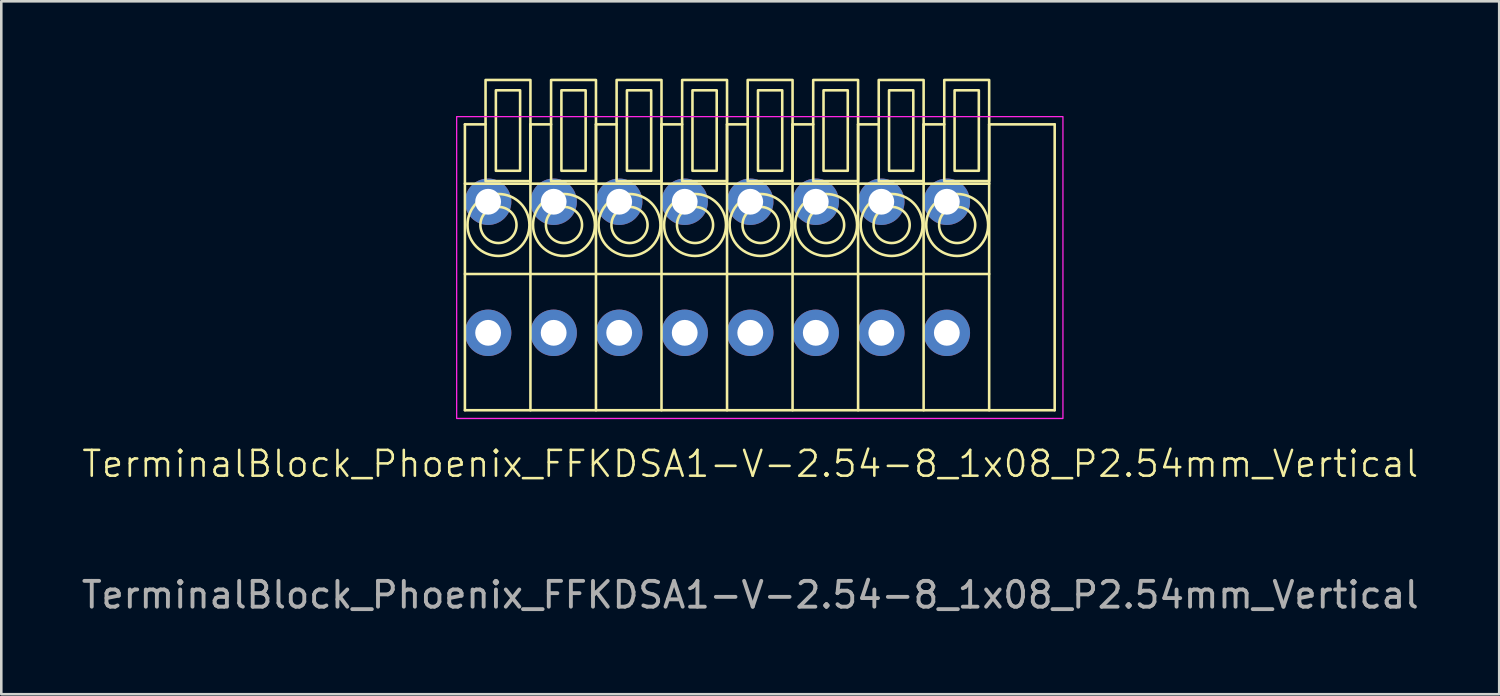
<source format=kicad_pcb>
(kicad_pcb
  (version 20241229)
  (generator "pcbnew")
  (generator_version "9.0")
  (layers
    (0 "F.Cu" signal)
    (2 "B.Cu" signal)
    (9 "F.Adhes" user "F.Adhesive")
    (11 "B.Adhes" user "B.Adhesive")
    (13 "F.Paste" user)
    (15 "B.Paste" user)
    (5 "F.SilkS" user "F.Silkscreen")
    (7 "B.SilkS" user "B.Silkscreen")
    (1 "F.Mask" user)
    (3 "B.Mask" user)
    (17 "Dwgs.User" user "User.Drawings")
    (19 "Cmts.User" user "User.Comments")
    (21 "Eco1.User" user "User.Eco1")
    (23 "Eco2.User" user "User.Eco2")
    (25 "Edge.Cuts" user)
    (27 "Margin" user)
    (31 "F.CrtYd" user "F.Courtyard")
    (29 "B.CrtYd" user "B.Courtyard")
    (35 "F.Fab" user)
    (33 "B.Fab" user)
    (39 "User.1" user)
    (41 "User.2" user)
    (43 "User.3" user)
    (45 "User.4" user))
  (footprint "TerminalBlock_Phoenix_FFKDSA1-V-2.54-8_1x08_P2.54mm_Vertical"
    (layer "F.Cu")
    (at 15.87 9.85)
    (property "Reference" "TerminalBlock_Phoenix_FFKDSA1-V-2.54-8_1x08_P2.54mm_Vertical" (at 10.16 5.08 0) (unlocked yes) (layer "F.SilkS") (effects (font (size 1 1) (thickness 0.1))))
    (attr through_hole)
    (fp_line (start -0.9 3) (end -0.9 -8.08) (stroke (width 0.1) (type default)) (layer "F.SilkS"))
    (fp_line (start -0.1 -8.08) (end -0.9 -8.08) (stroke (width 0.1) (type default)) (layer "F.SilkS"))
    (fp_line (start 1.64 3) (end 1.64 -8.08) (stroke (width 0.1) (type default)) (layer "F.SilkS"))
    (fp_line (start 2.44 -8.08) (end 1.64 -8.08) (stroke (width 0.1) (type default)) (layer "F.SilkS"))
    (fp_line (start 4.18 3) (end 4.18 -8.08) (stroke (width 0.1) (type default)) (layer "F.SilkS"))
    (fp_line (start 4.98 -8.08) (end 4.18 -8.08) (stroke (width 0.1) (type default)) (layer "F.SilkS"))
    (fp_line (start 6.72 3) (end 6.72 -8.08) (stroke (width 0.1) (type default)) (layer "F.SilkS"))
    (fp_line (start 7.52 -8.08) (end 6.72 -8.08) (stroke (width 0.1) (type default)) (layer "F.SilkS"))
    (fp_line (start 9.26 3) (end 9.26 -8.08) (stroke (width 0.1) (type default)) (layer "F.SilkS"))
    (fp_line (start 10.06 -8.08) (end 9.26 -8.08) (stroke (width 0.1) (type default)) (layer "F.SilkS"))
    (fp_line (start 11.8 3) (end 11.8 -8.08) (stroke (width 0.1) (type default)) (layer "F.SilkS"))
    (fp_line (start 12.6 -8.08) (end 11.8 -8.08) (stroke (width 0.1) (type default)) (layer "F.SilkS"))
    (fp_line (start 14.34 3) (end 14.34 -8.08) (stroke (width 0.1) (type default)) (layer "F.SilkS"))
    (fp_line (start 15.14 -8.08) (end 14.34 -8.08) (stroke (width 0.1) (type default)) (layer "F.SilkS"))
    (fp_line (start 16.88 3) (end 16.88 -8.08) (stroke (width 0.1) (type default)) (layer "F.SilkS"))
    (fp_line (start 17.68 -8.08) (end 16.88 -8.08) (stroke (width 0.1) (type default)) (layer "F.SilkS"))
    (fp_line (start 19.42 -5.78) (end -0.9 -5.78) (stroke (width 0.1) (type default)) (layer "F.SilkS"))
    (fp_line (start 19.42 -2.28) (end -0.9 -2.28) (stroke (width 0.1) (type default)) (layer "F.SilkS"))
    (fp_line (start 19.42 3) (end 19.42 -8.08) (stroke (width 0.1) (type default)) (layer "F.SilkS"))
    (fp_line (start 21.96 -8.08) (end 19.42 -8.08) (stroke (width 0.1) (type default)) (layer "F.SilkS"))
    (fp_line (start 21.96 -8.08) (end 21.96 3) (stroke (width 0.1) (type default)) (layer "F.SilkS"))
    (fp_line (start 21.96 3) (end -0.9 3) (stroke (width 0.1) (type default)) (layer "F.SilkS"))
    (fp_rect (start 1.24 -6.28) (end 0.3 -9.4) (stroke (width 0.1) (type default)) (fill no) (layer "F.SilkS"))
    (fp_rect (start 1.64 -5.88) (end -0.1 -9.8) (stroke (width 0.1) (type default)) (fill no) (layer "F.SilkS"))
    (fp_rect (start 3.78 -6.28) (end 2.84 -9.4) (stroke (width 0.1) (type default)) (fill no) (layer "F.SilkS"))
    (fp_rect (start 4.18 -5.88) (end 2.44 -9.8) (stroke (width 0.1) (type default)) (fill no) (layer "F.SilkS"))
    (fp_rect (start 6.32 -6.28) (end 5.38 -9.4) (stroke (width 0.1) (type default)) (fill no) (layer "F.SilkS"))
    (fp_rect (start 6.72 -5.88) (end 4.98 -9.8) (stroke (width 0.1) (type default)) (fill no) (layer "F.SilkS"))
    (fp_rect (start 8.86 -6.28) (end 7.92 -9.4) (stroke (width 0.1) (type default)) (fill no) (layer "F.SilkS"))
    (fp_rect (start 9.26 -5.88) (end 7.52 -9.8) (stroke (width 0.1) (type default)) (fill no) (layer "F.SilkS"))
    (fp_rect (start 11.4 -6.28) (end 10.46 -9.4) (stroke (width 0.1) (type default)) (fill no) (layer "F.SilkS"))
    (fp_rect (start 11.8 -5.88) (end 10.06 -9.8) (stroke (width 0.1) (type default)) (fill no) (layer "F.SilkS"))
    (fp_rect (start 13.94 -6.28) (end 13 -9.4) (stroke (width 0.1) (type default)) (fill no) (layer "F.SilkS"))
    (fp_rect (start 14.34 -5.88) (end 12.6 -9.8) (stroke (width 0.1) (type default)) (fill no) (layer "F.SilkS"))
    (fp_rect (start 16.48 -6.28) (end 15.54 -9.4) (stroke (width 0.1) (type default)) (fill no) (layer "F.SilkS"))
    (fp_rect (start 16.88 -5.88) (end 15.14 -9.8) (stroke (width 0.1) (type default)) (fill no) (layer "F.SilkS"))
    (fp_rect (start 19.02 -6.28) (end 18.08 -9.4) (stroke (width 0.1) (type default)) (fill no) (layer "F.SilkS"))
    (fp_rect (start 19.42 -5.88) (end 17.68 -9.8) (stroke (width 0.1) (type default)) (fill no) (layer "F.SilkS"))
    (fp_circle (center 0.4 -4.18) (end -0.8 -4.18) (stroke (width 0.1) (type default)) (fill no) (layer "F.SilkS"))
    (fp_circle (center 0.4 -4.18) (end -0.3 -4.18) (stroke (width 0.1) (type default)) (fill no) (layer "F.SilkS"))
    (fp_circle (center 2.94 -4.18) (end 1.74 -4.18) (stroke (width 0.1) (type default)) (fill no) (layer "F.SilkS"))
    (fp_circle (center 2.94 -4.18) (end 2.24 -4.18) (stroke (width 0.1) (type default)) (fill no) (layer "F.SilkS"))
    (fp_circle (center 5.48 -4.18) (end 4.28 -4.18) (stroke (width 0.1) (type default)) (fill no) (layer "F.SilkS"))
    (fp_circle (center 5.48 -4.18) (end 4.78 -4.18) (stroke (width 0.1) (type default)) (fill no) (layer "F.SilkS"))
    (fp_circle (center 8.02 -4.18) (end 6.82 -4.18) (stroke (width 0.1) (type default)) (fill no) (layer "F.SilkS"))
    (fp_circle (center 8.02 -4.18) (end 7.32 -4.18) (stroke (width 0.1) (type default)) (fill no) (layer "F.SilkS"))
    (fp_circle (center 10.56 -4.18) (end 9.36 -4.18) (stroke (width 0.1) (type default)) (fill no) (layer "F.SilkS"))
    (fp_circle (center 10.56 -4.18) (end 9.86 -4.18) (stroke (width 0.1) (type default)) (fill no) (layer "F.SilkS"))
    (fp_circle (center 13.1 -4.18) (end 11.9 -4.18) (stroke (width 0.1) (type default)) (fill no) (layer "F.SilkS"))
    (fp_circle (center 13.1 -4.18) (end 12.4 -4.18) (stroke (width 0.1) (type default)) (fill no) (layer "F.SilkS"))
    (fp_circle (center 15.64 -4.18) (end 14.44 -4.18) (stroke (width 0.1) (type default)) (fill no) (layer "F.SilkS"))
    (fp_circle (center 15.64 -4.18) (end 14.94 -4.18) (stroke (width 0.1) (type default)) (fill no) (layer "F.SilkS"))
    (fp_circle (center 18.18 -4.18) (end 16.98 -4.18) (stroke (width 0.1) (type default)) (fill no) (layer "F.SilkS"))
    (fp_circle (center 18.18 -4.18) (end 17.48 -4.18) (stroke (width 0.1) (type default)) (fill no) (layer "F.SilkS"))
    (fp_rect (start 22.28 3.32) (end -1.22 -8.38) (stroke (width 0.05) (type default)) (fill no) (layer "F.CrtYd"))
    (fp_text user "${REFERENCE}" (at 10.16 10.16 0) (unlocked yes) (layer "F.Fab") (effects (font (size 1 1) (thickness 0.15))))
    (pad "1" thru_hole circle (at 0 -5.08 180) (size 1.8 1.8) (drill 1) (layers "*.Cu" "*.Mask"))
    (pad "1" thru_hole circle (at 0 0 180) (size 1.8 1.8) (drill 1) (layers "*.Cu" "*.Mask"))
    (pad "2" thru_hole circle (at 2.54 -5.08 180) (size 1.8 1.8) (drill 1) (layers "*.Cu" "*.Mask"))
    (pad "2" thru_hole circle (at 2.54 0 180) (size 1.8 1.8) (drill 1) (layers "*.Cu" "*.Mask"))
    (pad "3" thru_hole circle (at 5.08 -5.08 180) (size 1.8 1.8) (drill 1) (layers "*.Cu" "*.Mask"))
    (pad "3" thru_hole circle (at 5.08 0 180) (size 1.8 1.8) (drill 1) (layers "*.Cu" "*.Mask"))
    (pad "4" thru_hole circle (at 7.62 -5.08 180) (size 1.8 1.8) (drill 1) (layers "*.Cu" "*.Mask"))
    (pad "4" thru_hole circle (at 7.62 0 180) (size 1.8 1.8) (drill 1) (layers "*.Cu" "*.Mask"))
    (pad "5" thru_hole circle (at 10.16 -5.08 180) (size 1.8 1.8) (drill 1) (layers "*.Cu" "*.Mask"))
    (pad "5" thru_hole circle (at 10.16 0 180) (size 1.8 1.8) (drill 1) (layers "*.Cu" "*.Mask"))
    (pad "6" thru_hole circle (at 12.7 -5.08 180) (size 1.8 1.8) (drill 1) (layers "*.Cu" "*.Mask"))
    (pad "6" thru_hole circle (at 12.7 0 180) (size 1.8 1.8) (drill 1) (layers "*.Cu" "*.Mask"))
    (pad "7" thru_hole circle (at 15.24 -5.08 180) (size 1.8 1.8) (drill 1) (layers "*.Cu" "*.Mask"))
    (pad "7" thru_hole circle (at 15.24 0 180) (size 1.8 1.8) (drill 1) (layers "*.Cu" "*.Mask"))
    (pad "8" thru_hole circle (at 17.78 -5.08 180) (size 1.8 1.8) (drill 1) (layers "*.Cu" "*.Mask"))
    (pad "8" thru_hole circle (at 17.78 0 180) (size 1.8 1.8) (drill 1) (layers "*.Cu" "*.Mask")))
  (gr_rect
    (start -3 -3)
    (end 55.06 23.858)
    (stroke (width 0.1) (type default))
    (fill no)
    (layer "Edge.Cuts")))
</source>
